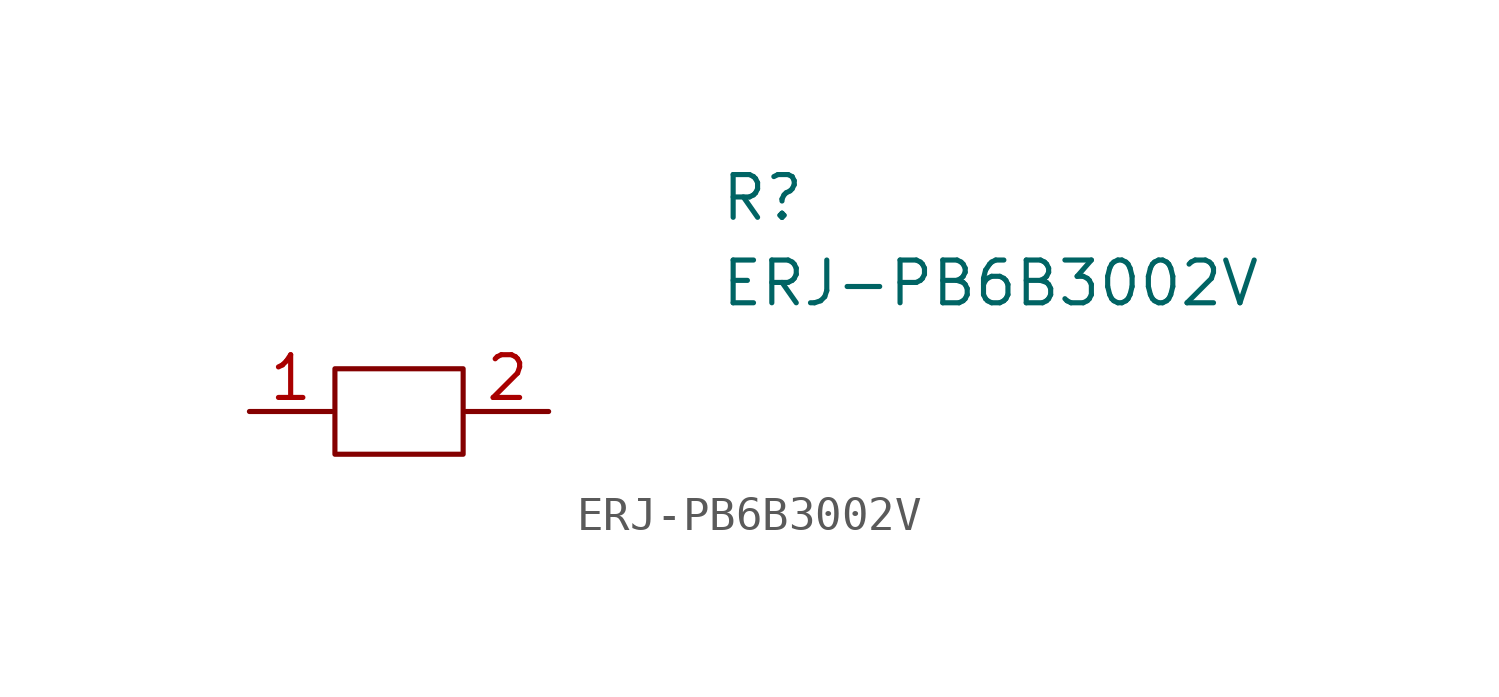
<source format=kicad_sym>
(kicad_symbol_lib
  (version 20211014)
  (generator kicad_symbol_editor)
  (symbol "ERJ-PB6B3002V"
    (pin_names
      (offset 0.762))
    (property "Reference" "R"
      (at 13.97 6.35 0)
      (effects (font (size 1.27 1.27)) (justify left)))
    (property "Value" "ERJ-PB6B3002V"
      (at 13.97 3.81 0)
      (effects (font (size 1.27 1.27)) (justify left)))
    (symbol "ERJ-PB6B3002V_0_0"
      (pin passive line (at 0 0 0) (length 2.45) (name "~" (effects (font (size 1.27 1.27)))) (number "1" (effects (font (size 1.27 1.27)))))
      (pin passive line (at 8.89 0 180) (length 2.45) (name "~" (effects (font (size 1.27 1.27)))) (number "2" (effects (font (size 1.27 1.27))))))
    (symbol "ERJ-PB6B3002V_0_1"
      (polyline (pts (xy 2.54 1.27) (xy 6.35 1.27) (xy 6.35 -1.27) (xy 2.54 -1.27) (xy 2.54 1.27)) (stroke (width 0.152) (type default) (color 0 0 0 0)) (fill (type none))))))
</source>
